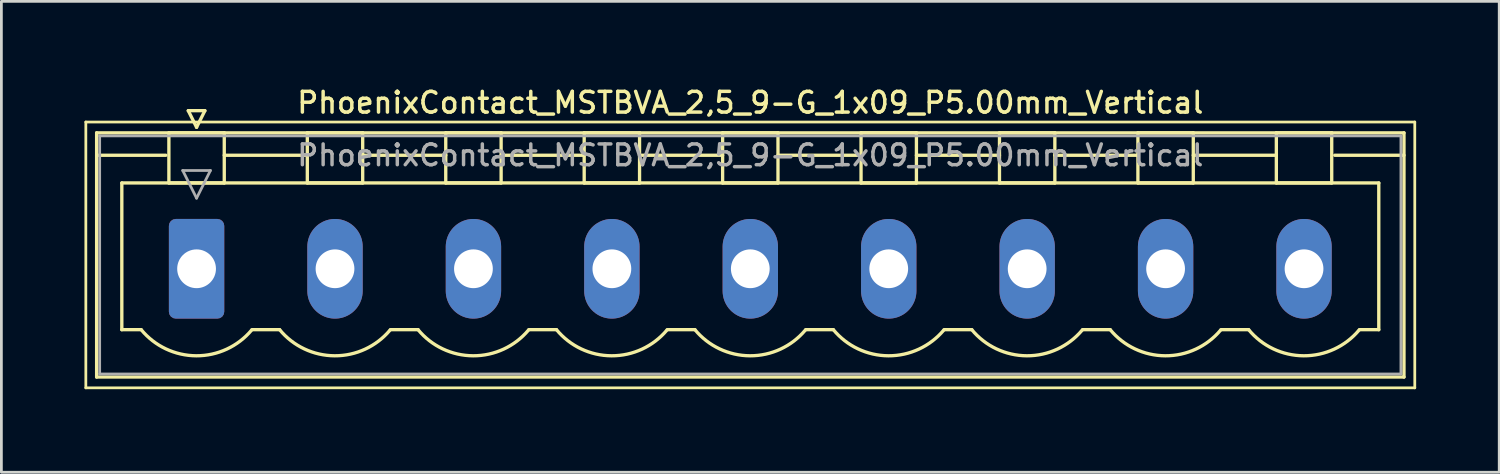
<source format=kicad_pcb>
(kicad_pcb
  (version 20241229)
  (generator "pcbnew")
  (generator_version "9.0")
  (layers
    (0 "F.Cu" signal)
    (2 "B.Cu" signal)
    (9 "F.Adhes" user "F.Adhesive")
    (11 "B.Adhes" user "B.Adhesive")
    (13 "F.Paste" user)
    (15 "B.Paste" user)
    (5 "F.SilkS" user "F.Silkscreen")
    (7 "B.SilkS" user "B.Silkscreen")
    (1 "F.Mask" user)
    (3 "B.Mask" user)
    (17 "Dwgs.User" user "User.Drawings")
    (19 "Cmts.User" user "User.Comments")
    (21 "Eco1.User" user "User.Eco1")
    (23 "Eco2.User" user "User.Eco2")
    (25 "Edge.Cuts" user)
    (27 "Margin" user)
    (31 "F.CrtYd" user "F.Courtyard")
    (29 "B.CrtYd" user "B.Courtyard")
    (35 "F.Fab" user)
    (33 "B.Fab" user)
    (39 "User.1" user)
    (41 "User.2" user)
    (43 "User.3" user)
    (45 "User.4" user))
  (footprint "PhoenixContact_MSTBVA_2,5_9-G_1x09_P5.00mm_Vertical"
    (layer "F.Cu")
    (at 4.05 6.658)
    (property "Reference" "PhoenixContact_MSTBVA_2,5_9-G_1x09_P5.00mm_Vertical" (at 20 -6 0) (layer "F.SilkS") (effects (font (size 0.75 0.75) (thickness 0.125))))
    (attr through_hole)
    (fp_line (start -4 -5.3) (end -4 4.3) (stroke (width 0.1) (type solid)) (layer "F.SilkS"))
    (fp_line (start -4 4.3) (end 44 4.3) (stroke (width 0.1) (type solid)) (layer "F.SilkS"))
    (fp_line (start -3.61 -4.91) (end -3.61 3.91) (stroke (width 0.12) (type solid)) (layer "F.SilkS"))
    (fp_line (start -3.61 -4.1) (end -1.11 -4.1) (stroke (width 0.12) (type solid)) (layer "F.SilkS"))
    (fp_line (start -3.61 3.91) (end 43.61 3.91) (stroke (width 0.12) (type solid)) (layer "F.SilkS"))
    (fp_line (start -2.7 -3.1) (end 42.7 -3.1) (stroke (width 0.12) (type solid)) (layer "F.SilkS"))
    (fp_line (start -2.7 2.2) (end -2.7 -3.1) (stroke (width 0.12) (type solid)) (layer "F.SilkS"))
    (fp_line (start -2 2.2) (end -2.7 2.2) (stroke (width 0.12) (type solid)) (layer "F.SilkS"))
    (fp_line (start -1 -4.91) (end 1 -4.91) (stroke (width 0.12) (type solid)) (layer "F.SilkS"))
    (fp_line (start -1 -3.1) (end -1 -4.91) (stroke (width 0.12) (type solid)) (layer "F.SilkS"))
    (fp_line (start -0.3 -5.71) (end 0.3 -5.71) (stroke (width 0.12) (type solid)) (layer "F.SilkS"))
    (fp_line (start 0 -5.11) (end -0.3 -5.71) (stroke (width 0.12) (type solid)) (layer "F.SilkS"))
    (fp_line (start 0.3 -5.71) (end 0 -5.11) (stroke (width 0.12) (type solid)) (layer "F.SilkS"))
    (fp_line (start 1 -4.91) (end 1 -3.1) (stroke (width 0.12) (type solid)) (layer "F.SilkS"))
    (fp_line (start 1 -4.1) (end 4 -4.1) (stroke (width 0.12) (type solid)) (layer "F.SilkS"))
    (fp_line (start 1 -3.1) (end -1 -3.1) (stroke (width 0.12) (type solid)) (layer "F.SilkS"))
    (fp_line (start 2 2.2) (end 3 2.2) (stroke (width 0.12) (type solid)) (layer "F.SilkS"))
    (fp_line (start 4 -4.91) (end 6 -4.91) (stroke (width 0.12) (type solid)) (layer "F.SilkS"))
    (fp_line (start 4 -3.1) (end 4 -4.91) (stroke (width 0.12) (type solid)) (layer "F.SilkS"))
    (fp_line (start 6 -4.91) (end 6 -3.1) (stroke (width 0.12) (type solid)) (layer "F.SilkS"))
    (fp_line (start 6 -4.1) (end 9 -4.1) (stroke (width 0.12) (type solid)) (layer "F.SilkS"))
    (fp_line (start 6 -3.1) (end 4 -3.1) (stroke (width 0.12) (type solid)) (layer "F.SilkS"))
    (fp_line (start 7 2.2) (end 8 2.2) (stroke (width 0.12) (type solid)) (layer "F.SilkS"))
    (fp_line (start 9 -4.91) (end 11 -4.91) (stroke (width 0.12) (type solid)) (layer "F.SilkS"))
    (fp_line (start 9 -3.1) (end 9 -4.91) (stroke (width 0.12) (type solid)) (layer "F.SilkS"))
    (fp_line (start 11 -4.91) (end 11 -3.1) (stroke (width 0.12) (type solid)) (layer "F.SilkS"))
    (fp_line (start 11 -4.1) (end 14 -4.1) (stroke (width 0.12) (type solid)) (layer "F.SilkS"))
    (fp_line (start 11 -3.1) (end 9 -3.1) (stroke (width 0.12) (type solid)) (layer "F.SilkS"))
    (fp_line (start 12 2.2) (end 13 2.2) (stroke (width 0.12) (type solid)) (layer "F.SilkS"))
    (fp_line (start 14 -4.91) (end 16 -4.91) (stroke (width 0.12) (type solid)) (layer "F.SilkS"))
    (fp_line (start 14 -3.1) (end 14 -4.91) (stroke (width 0.12) (type solid)) (layer "F.SilkS"))
    (fp_line (start 16 -4.91) (end 16 -3.1) (stroke (width 0.12) (type solid)) (layer "F.SilkS"))
    (fp_line (start 16 -4.1) (end 19 -4.1) (stroke (width 0.12) (type solid)) (layer "F.SilkS"))
    (fp_line (start 16 -3.1) (end 14 -3.1) (stroke (width 0.12) (type solid)) (layer "F.SilkS"))
    (fp_line (start 17 2.2) (end 18 2.2) (stroke (width 0.12) (type solid)) (layer "F.SilkS"))
    (fp_line (start 19 -4.91) (end 21 -4.91) (stroke (width 0.12) (type solid)) (layer "F.SilkS"))
    (fp_line (start 19 -3.1) (end 19 -4.91) (stroke (width 0.12) (type solid)) (layer "F.SilkS"))
    (fp_line (start 21 -4.91) (end 21 -3.1) (stroke (width 0.12) (type solid)) (layer "F.SilkS"))
    (fp_line (start 21 -4.1) (end 24 -4.1) (stroke (width 0.12) (type solid)) (layer "F.SilkS"))
    (fp_line (start 21 -3.1) (end 19 -3.1) (stroke (width 0.12) (type solid)) (layer "F.SilkS"))
    (fp_line (start 22 2.2) (end 23 2.2) (stroke (width 0.12) (type solid)) (layer "F.SilkS"))
    (fp_line (start 24 -4.91) (end 26 -4.91) (stroke (width 0.12) (type solid)) (layer "F.SilkS"))
    (fp_line (start 24 -3.1) (end 24 -4.91) (stroke (width 0.12) (type solid)) (layer "F.SilkS"))
    (fp_line (start 26 -4.91) (end 26 -3.1) (stroke (width 0.12) (type solid)) (layer "F.SilkS"))
    (fp_line (start 26 -4.1) (end 29 -4.1) (stroke (width 0.12) (type solid)) (layer "F.SilkS"))
    (fp_line (start 26 -3.1) (end 24 -3.1) (stroke (width 0.12) (type solid)) (layer "F.SilkS"))
    (fp_line (start 27 2.2) (end 28 2.2) (stroke (width 0.12) (type solid)) (layer "F.SilkS"))
    (fp_line (start 29 -4.91) (end 31 -4.91) (stroke (width 0.12) (type solid)) (layer "F.SilkS"))
    (fp_line (start 29 -3.1) (end 29 -4.91) (stroke (width 0.12) (type solid)) (layer "F.SilkS"))
    (fp_line (start 31 -4.91) (end 31 -3.1) (stroke (width 0.12) (type solid)) (layer "F.SilkS"))
    (fp_line (start 31 -4.1) (end 34 -4.1) (stroke (width 0.12) (type solid)) (layer "F.SilkS"))
    (fp_line (start 31 -3.1) (end 29 -3.1) (stroke (width 0.12) (type solid)) (layer "F.SilkS"))
    (fp_line (start 32 2.2) (end 33 2.2) (stroke (width 0.12) (type solid)) (layer "F.SilkS"))
    (fp_line (start 34 -4.91) (end 36 -4.91) (stroke (width 0.12) (type solid)) (layer "F.SilkS"))
    (fp_line (start 34 -3.1) (end 34 -4.91) (stroke (width 0.12) (type solid)) (layer "F.SilkS"))
    (fp_line (start 36 -4.91) (end 36 -3.1) (stroke (width 0.12) (type solid)) (layer "F.SilkS"))
    (fp_line (start 36 -4.1) (end 39 -4.1) (stroke (width 0.12) (type solid)) (layer "F.SilkS"))
    (fp_line (start 36 -3.1) (end 34 -3.1) (stroke (width 0.12) (type solid)) (layer "F.SilkS"))
    (fp_line (start 37 2.2) (end 38 2.2) (stroke (width 0.12) (type solid)) (layer "F.SilkS"))
    (fp_line (start 39 -4.91) (end 41 -4.91) (stroke (width 0.12) (type solid)) (layer "F.SilkS"))
    (fp_line (start 39 -3.1) (end 39 -4.91) (stroke (width 0.12) (type solid)) (layer "F.SilkS"))
    (fp_line (start 41 -4.91) (end 41 -3.1) (stroke (width 0.12) (type solid)) (layer "F.SilkS"))
    (fp_line (start 41 -3.1) (end 39 -3.1) (stroke (width 0.12) (type solid)) (layer "F.SilkS"))
    (fp_line (start 42.7 -3.1) (end 42.7 2.2) (stroke (width 0.12) (type solid)) (layer "F.SilkS"))
    (fp_line (start 42.7 2.2) (end 42 2.2) (stroke (width 0.12) (type solid)) (layer "F.SilkS"))
    (fp_line (start 43.61 -4.91) (end -3.61 -4.91) (stroke (width 0.12) (type solid)) (layer "F.SilkS"))
    (fp_line (start 43.61 -4.1) (end 41.11 -4.1) (stroke (width 0.12) (type solid)) (layer "F.SilkS"))
    (fp_line (start 43.61 3.91) (end 43.61 -4.91) (stroke (width 0.12) (type solid)) (layer "F.SilkS"))
    (fp_line (start 44 -5.3) (end -4 -5.3) (stroke (width 0.1) (type solid)) (layer "F.SilkS"))
    (fp_line (start 44 4.3) (end 44 -5.3) (stroke (width 0.1) (type solid)) (layer "F.SilkS"))
    (fp_arc (start 1.986842 2.215821) (mid -0.010289 3.142758) (end -2 2.2) (stroke (width 0.12) (type solid)) (layer "F.SilkS"))
    (fp_arc (start 6.986842 2.215821) (mid 4.989711 3.142758) (end 3 2.2) (stroke (width 0.12) (type solid)) (layer "F.SilkS"))
    (fp_arc (start 11.986842 2.215821) (mid 9.989711 3.142758) (end 8 2.2) (stroke (width 0.12) (type solid)) (layer "F.SilkS"))
    (fp_arc (start 16.986842 2.215821) (mid 14.989711 3.142758) (end 13 2.2) (stroke (width 0.12) (type solid)) (layer "F.SilkS"))
    (fp_arc (start 21.986842 2.215821) (mid 19.989711 3.142758) (end 18 2.2) (stroke (width 0.12) (type solid)) (layer "F.SilkS"))
    (fp_arc (start 26.986842 2.215821) (mid 24.989711 3.142758) (end 23 2.2) (stroke (width 0.12) (type solid)) (layer "F.SilkS"))
    (fp_arc (start 31.986842 2.215821) (mid 29.989711 3.142758) (end 28 2.2) (stroke (width 0.12) (type solid)) (layer "F.SilkS"))
    (fp_arc (start 36.986842 2.215821) (mid 34.989711 3.142758) (end 33 2.2) (stroke (width 0.12) (type solid)) (layer "F.SilkS"))
    (fp_arc (start 41.986842 2.215821) (mid 39.989711 3.142758) (end 38 2.2) (stroke (width 0.12) (type solid)) (layer "F.SilkS"))
    (fp_line (start -3.5 -4.8) (end -3.5 3.8) (stroke (width 0.1) (type solid)) (layer "F.Fab"))
    (fp_line (start -3.5 3.8) (end 43.5 3.8) (stroke (width 0.1) (type solid)) (layer "F.Fab"))
    (fp_line (start -0.5 -3.55) (end 0.5 -3.55) (stroke (width 0.1) (type solid)) (layer "F.Fab"))
    (fp_line (start 0 -2.55) (end -0.5 -3.55) (stroke (width 0.1) (type solid)) (layer "F.Fab"))
    (fp_line (start 0.5 -3.55) (end 0 -2.55) (stroke (width 0.1) (type solid)) (layer "F.Fab"))
    (fp_line (start 43.5 -4.8) (end -3.5 -4.8) (stroke (width 0.1) (type solid)) (layer "F.Fab"))
    (fp_line (start 43.5 3.8) (end 43.5 -4.8) (stroke (width 0.1) (type solid)) (layer "F.Fab"))
    (fp_text user "${REFERENCE}" (at 20 -4.1 0) (layer "F.Fab") (effects (font (size 0.75 0.75) (thickness 0.125))))
    (pad "1" thru_hole roundrect (at 0 0) (size 2 3.6) (drill 1.4) (layers "*.Cu" "*.Mask") (roundrect_rratio 0.125))
    (pad "2" thru_hole oval (at 5 0) (size 2 3.6) (drill 1.4) (layers "*.Cu" "*.Mask"))
    (pad "3" thru_hole oval (at 10 0) (size 2 3.6) (drill 1.4) (layers "*.Cu" "*.Mask"))
    (pad "4" thru_hole oval (at 15 0) (size 2 3.6) (drill 1.4) (layers "*.Cu" "*.Mask"))
    (pad "5" thru_hole oval (at 20 0) (size 2 3.6) (drill 1.4) (layers "*.Cu" "*.Mask"))
    (pad "6" thru_hole oval (at 25 0) (size 2 3.6) (drill 1.4) (layers "*.Cu" "*.Mask"))
    (pad "7" thru_hole oval (at 30 0) (size 2 3.6) (drill 1.4) (layers "*.Cu" "*.Mask"))
    (pad "8" thru_hole oval (at 35 0) (size 2 3.6) (drill 1.4) (layers "*.Cu" "*.Mask"))
    (pad "9" thru_hole oval (at 40 0) (size 2 3.6) (drill 1.4) (layers "*.Cu" "*.Mask")))
  (gr_rect
    (start -3 -3)
    (end 51.1 14.008)
    (stroke (width 0.1) (type default))
    (fill no)
    (layer "Edge.Cuts")))
</source>
